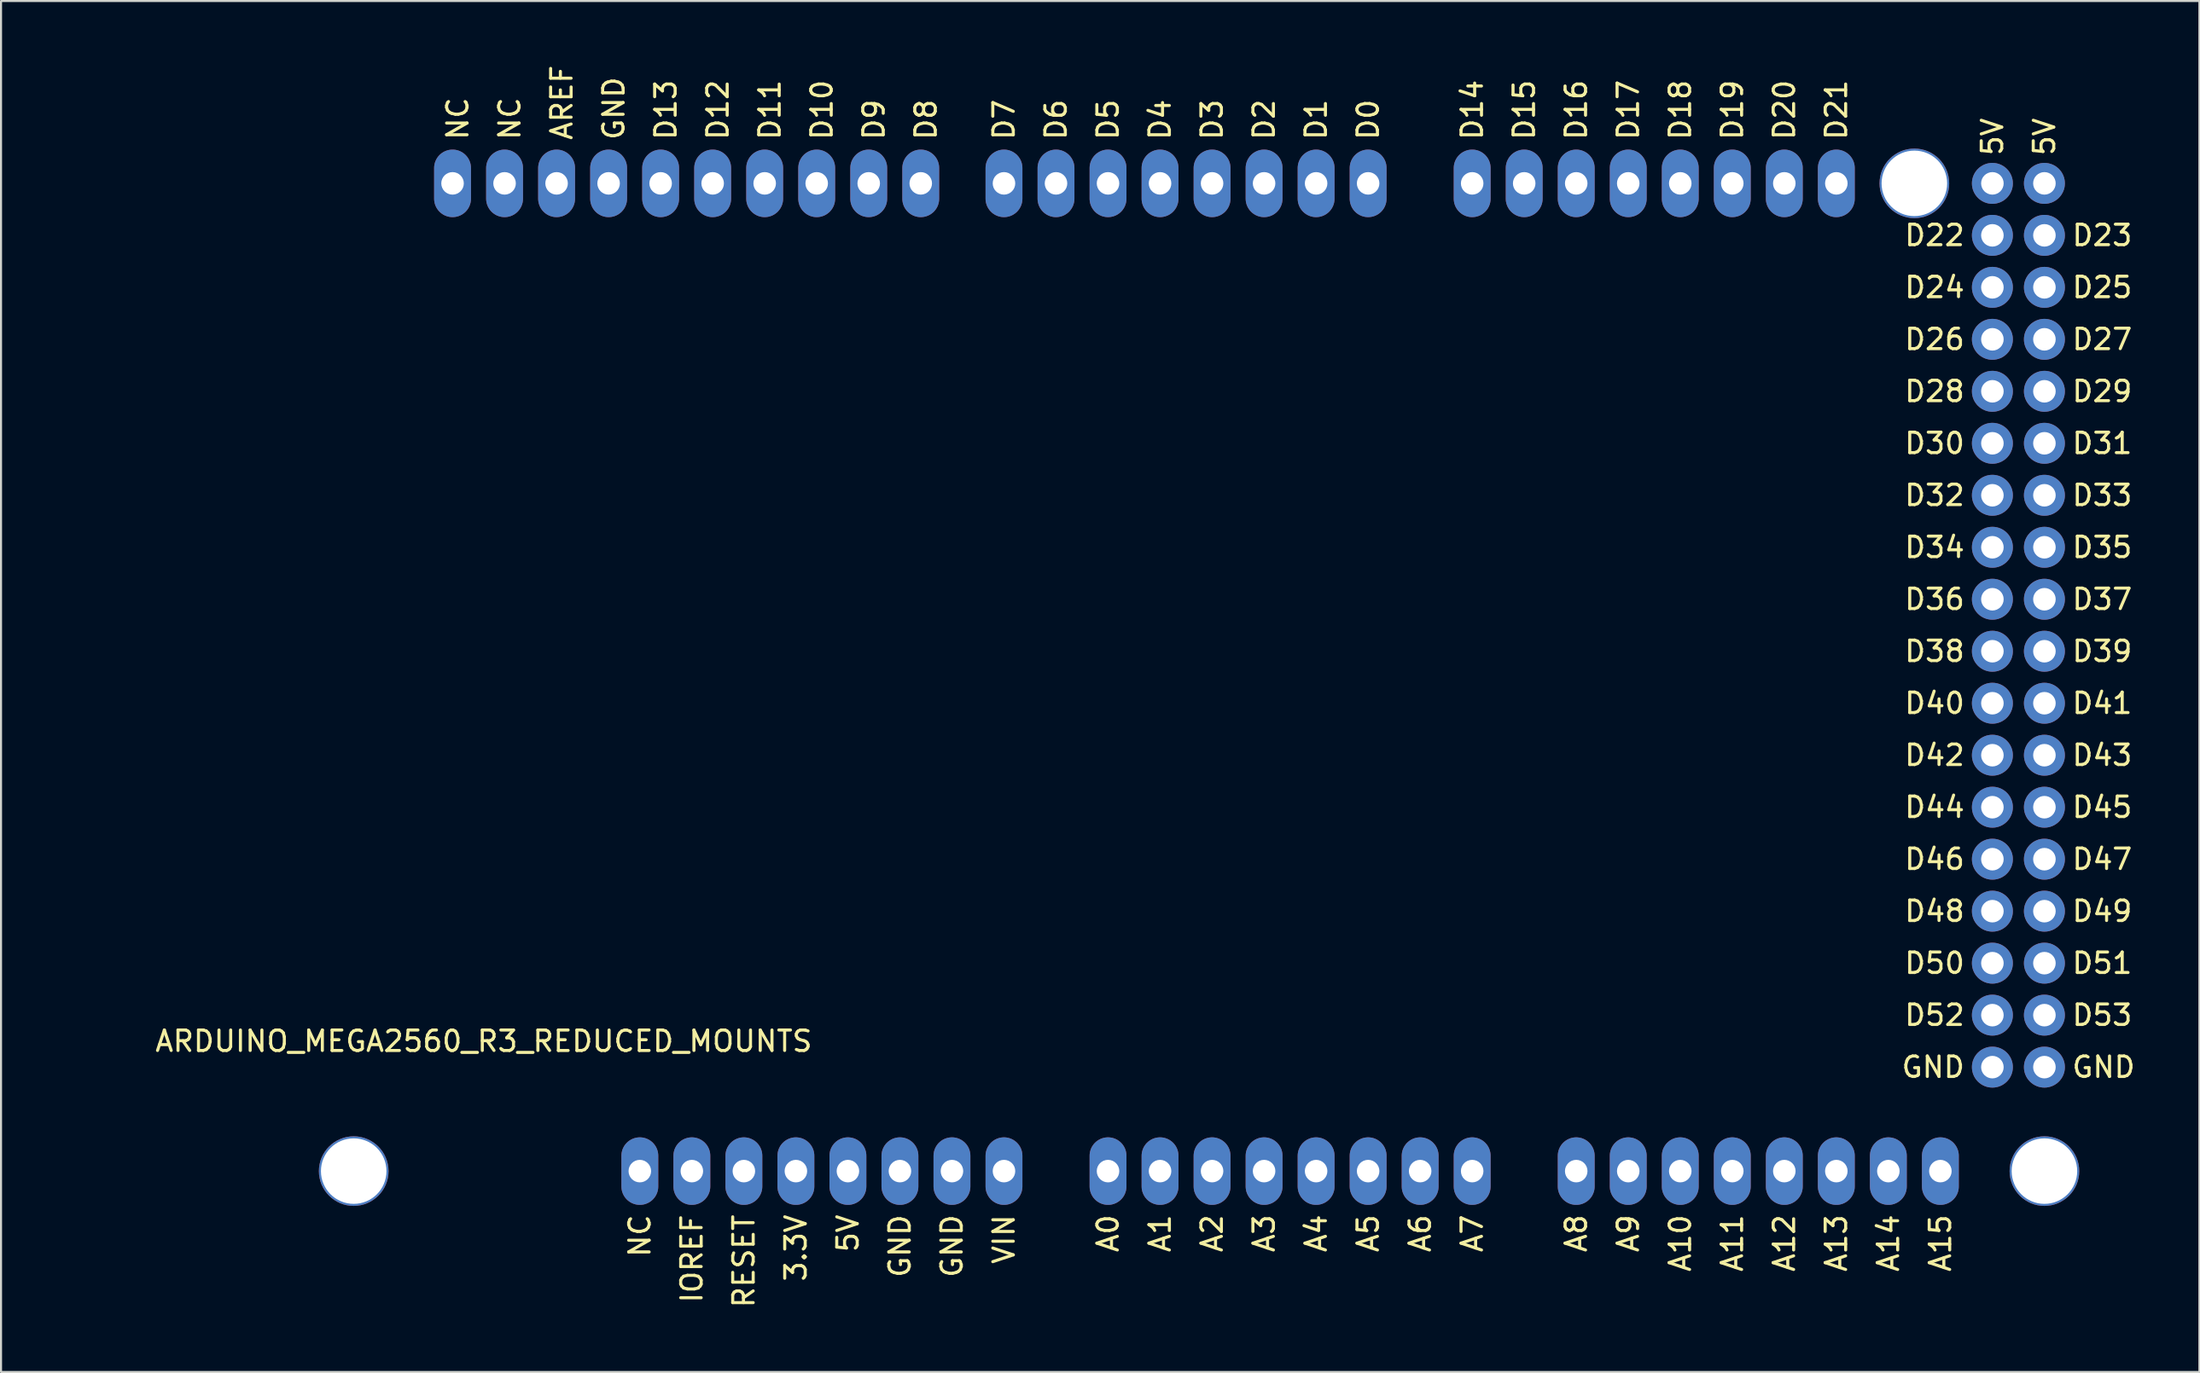
<source format=kicad_pcb>
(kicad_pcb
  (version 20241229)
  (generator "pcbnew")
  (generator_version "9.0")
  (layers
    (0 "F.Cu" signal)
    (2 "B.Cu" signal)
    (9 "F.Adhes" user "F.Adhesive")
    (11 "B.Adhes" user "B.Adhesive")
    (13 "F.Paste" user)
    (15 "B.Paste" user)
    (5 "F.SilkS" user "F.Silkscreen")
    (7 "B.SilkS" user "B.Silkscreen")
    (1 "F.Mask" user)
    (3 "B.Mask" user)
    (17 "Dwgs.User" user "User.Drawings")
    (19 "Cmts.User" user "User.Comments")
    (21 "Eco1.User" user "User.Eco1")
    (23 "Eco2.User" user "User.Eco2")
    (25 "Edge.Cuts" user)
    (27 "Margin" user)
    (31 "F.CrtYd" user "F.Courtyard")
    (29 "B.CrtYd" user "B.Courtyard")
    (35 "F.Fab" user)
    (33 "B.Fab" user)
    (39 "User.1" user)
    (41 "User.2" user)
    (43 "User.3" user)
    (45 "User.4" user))
  (footprint "ARDUINO_MEGA2560_R3_REDUCED_MOUNTS"
    (layer "F.Cu")
    (at 0.25 56.709)
    (property "Reference" "ARDUINO_MEGA2560_R3_REDUCED_MOUNTS" (at 20.32 -8.89 0) (layer "F.SilkS") (effects (font (size 1 1) (thickness 0.15))))
    (attr through_hole)
    (fp_text user "D28" (at 92.71 -40.64 0) (layer "F.SilkS") (effects (font (size 1 1) (thickness 0.15)) (justify right)))
    (fp_text user "D27" (at 97.79 -43.18 0) (layer "F.SilkS") (effects (font (size 1 1) (thickness 0.15)) (justify left)))
    (fp_text user "A14" (at 88.9 -0.5 90) (layer "F.SilkS") (effects (font (size 1 1) (thickness 0.15)) (justify right)))
    (fp_text user "D0" (at 63.5 -52.84 90) (layer "F.SilkS") (effects (font (size 1 1) (thickness 0.15)) (justify left)))
    (fp_text user "D23" (at 97.79 -48.26 0) (layer "F.SilkS") (effects (font (size 1 1) (thickness 0.15)) (justify left)))
    (fp_text user "D50" (at 92.71 -12.7 0) (layer "F.SilkS") (effects (font (size 1 1) (thickness 0.15)) (justify right)))
    (fp_text user "D20" (at 83.82 -52.84 90) (layer "F.SilkS") (effects (font (size 1 1) (thickness 0.15)) (justify left)))
    (fp_text user "D15" (at 71.12 -52.84 90) (layer "F.SilkS") (effects (font (size 1 1) (thickness 0.15)) (justify left)))
    (fp_text user "A12" (at 83.82 -0.5 90) (layer "F.SilkS") (effects (font (size 1 1) (thickness 0.15)) (justify right)))
    (fp_text user "D45" (at 97.79 -20.32 0) (layer "F.SilkS") (effects (font (size 1 1) (thickness 0.15)) (justify left)))
    (fp_text user "A15" (at 91.44 -0.5 90) (layer "F.SilkS") (effects (font (size 1 1) (thickness 0.15)) (justify right)))
    (fp_text user "A11" (at 81.28 -0.5 90) (layer "F.SilkS") (effects (font (size 1 1) (thickness 0.15)) (justify right)))
    (fp_text user "D38" (at 92.71 -27.94 0) (layer "F.SilkS") (effects (font (size 1 1) (thickness 0.15)) (justify right)))
    (fp_text user "D22" (at 92.71 -48.26 0) (layer "F.SilkS") (effects (font (size 1 1) (thickness 0.15)) (justify right)))
    (fp_text user "A8" (at 73.66 -0.5 90) (layer "F.SilkS") (effects (font (size 1 1) (thickness 0.15)) (justify right)))
    (fp_text user "D47" (at 97.79 -17.78 0) (layer "F.SilkS") (effects (font (size 1 1) (thickness 0.15)) (justify left)))
    (fp_text user "D53" (at 97.79 -10.16 0) (layer "F.SilkS") (effects (font (size 1 1) (thickness 0.15)) (justify left)))
    (fp_text user "NC" (at 27.94 -0.5 270) (layer "F.SilkS") (effects (font (size 1 1) (thickness 0.15)) (justify right)))
    (fp_text user "A10" (at 78.74 -0.5 90) (layer "F.SilkS") (effects (font (size 1 1) (thickness 0.15)) (justify right)))
    (fp_text user "VIN" (at 45.72 -0.5 90) (layer "F.SilkS") (effects (font (size 1 1) (thickness 0.15)) (justify right)))
    (fp_text user "D16" (at 73.66 -52.84 90) (layer "F.SilkS") (effects (font (size 1 1) (thickness 0.15)) (justify left)))
    (fp_text user "A2" (at 55.88 -0.5 90) (layer "F.SilkS") (effects (font (size 1 1) (thickness 0.15)) (justify right)))
    (fp_text user "A0" (at 50.8 -0.5 90) (layer "F.SilkS") (effects (font (size 1 1) (thickness 0.15)) (justify right)))
    (fp_text user "A5" (at 63.5 -0.5 90) (layer "F.SilkS") (effects (font (size 1 1) (thickness 0.15)) (justify right)))
    (fp_text user "D36" (at 92.71 -30.48 0) (layer "F.SilkS") (effects (font (size 1 1) (thickness 0.15)) (justify right)))
    (fp_text user "D10" (at 36.83 -52.84 90) (layer "F.SilkS") (effects (font (size 1 1) (thickness 0.15)) (justify left)))
    (fp_text user "A3" (at 58.42 -0.5 90) (layer "F.SilkS") (effects (font (size 1 1) (thickness 0.15)) (justify right)))
    (fp_text user "GND" (at 40.64 -0.5 90) (layer "F.SilkS") (effects (font (size 1 1) (thickness 0.15)) (justify right)))
    (fp_text user "A7" (at 68.58 -0.5 90) (layer "F.SilkS") (effects (font (size 1 1) (thickness 0.15)) (justify right)))
    (fp_text user "D6" (at 48.26 -52.84 90) (layer "F.SilkS") (effects (font (size 1 1) (thickness 0.15)) (justify left)))
    (fp_text user "GND" (at 92.71 -7.62 0) (layer "F.SilkS") (effects (font (size 1 1) (thickness 0.15)) (justify right)))
    (fp_text user "D31" (at 97.79 -38.1 0) (layer "F.SilkS") (effects (font (size 1 1) (thickness 0.15)) (justify left)))
    (fp_text user "D13" (at 29.21 -52.84 90) (layer "F.SilkS") (effects (font (size 1 1) (thickness 0.15)) (justify left)))
    (fp_text user "NC" (at 19.05 -52.84 90) (layer "F.SilkS") (effects (font (size 1 1) (thickness 0.15)) (justify left)))
    (fp_text user "D21" (at 86.36 -52.84 90) (layer "F.SilkS") (effects (font (size 1 1) (thickness 0.15)) (justify left)))
    (fp_text user "D44" (at 92.71 -20.32 0) (layer "F.SilkS") (effects (font (size 1 1) (thickness 0.15)) (justify right)))
    (fp_text user "D49" (at 97.79 -15.24 0) (layer "F.SilkS") (effects (font (size 1 1) (thickness 0.15)) (justify left)))
    (fp_text user "D32" (at 92.71 -35.56 0) (layer "F.SilkS") (effects (font (size 1 1) (thickness 0.15)) (justify right)))
    (fp_text user "D29" (at 97.79 -40.64 0) (layer "F.SilkS") (effects (font (size 1 1) (thickness 0.15)) (justify left)))
    (fp_text user "D48" (at 92.71 -15.24 0) (layer "F.SilkS") (effects (font (size 1 1) (thickness 0.15)) (justify right)))
    (fp_text user "D41" (at 97.79 -25.4 0) (layer "F.SilkS") (effects (font (size 1 1) (thickness 0.15)) (justify left)))
    (fp_text user "5V" (at 96.52 -52.07 90) (layer "F.SilkS") (effects (font (size 1 1) (thickness 0.15)) (justify left)))
    (fp_text user "D11" (at 34.29 -52.84 90) (layer "F.SilkS") (effects (font (size 1 1) (thickness 0.15)) (justify left)))
    (fp_text user "GND" (at 43.18 -0.5 90) (layer "F.SilkS") (effects (font (size 1 1) (thickness 0.15)) (justify right)))
    (fp_text user "D2" (at 58.42 -52.84 90) (layer "F.SilkS") (effects (font (size 1 1) (thickness 0.15)) (justify left)))
    (fp_text user "A4" (at 60.96 -0.5 90) (layer "F.SilkS") (effects (font (size 1 1) (thickness 0.15)) (justify right)))
    (fp_text user "D40" (at 92.71 -25.4 0) (layer "F.SilkS") (effects (font (size 1 1) (thickness 0.15)) (justify right)))
    (fp_text user "D30" (at 92.71 -38.1 0) (layer "F.SilkS") (effects (font (size 1 1) (thickness 0.15)) (justify right)))
    (fp_text user "D51" (at 97.79 -12.7 0) (layer "F.SilkS") (effects (font (size 1 1) (thickness 0.15)) (justify left)))
    (fp_text user "D7" (at 45.72 -52.84 90) (layer "F.SilkS") (effects (font (size 1 1) (thickness 0.15)) (justify left)))
    (fp_text user "D5" (at 50.8 -52.84 90) (layer "F.SilkS") (effects (font (size 1 1) (thickness 0.15)) (justify left)))
    (fp_text user "D14" (at 68.58 -52.84 90) (layer "F.SilkS") (effects (font (size 1 1) (thickness 0.15)) (justify left)))
    (fp_text user "D39" (at 97.79 -27.94 0) (layer "F.SilkS") (effects (font (size 1 1) (thickness 0.15)) (justify left)))
    (fp_text user "AREF" (at 24.13 -52.84 90) (layer "F.SilkS") (effects (font (size 1 1) (thickness 0.15)) (justify left)))
    (fp_text user "D25" (at 97.79 -45.72 0) (layer "F.SilkS") (effects (font (size 1 1) (thickness 0.15)) (justify left)))
    (fp_text user "D33" (at 97.79 -35.56 0) (layer "F.SilkS") (effects (font (size 1 1) (thickness 0.15)) (justify left)))
    (fp_text user "D12" (at 31.75 -52.84 90) (layer "F.SilkS") (effects (font (size 1 1) (thickness 0.15)) (justify left)))
    (fp_text user "D9" (at 39.37 -52.84 90) (layer "F.SilkS") (effects (font (size 1 1) (thickness 0.15)) (justify left)))
    (fp_text user "5V" (at 38.1 -0.5 90) (layer "F.SilkS") (effects (font (size 1 1) (thickness 0.15)) (justify right)))
    (fp_text user "D52" (at 92.71 -10.16 0) (layer "F.SilkS") (effects (font (size 1 1) (thickness 0.15)) (justify right)))
    (fp_text user "A6" (at 66.04 -0.5 90) (layer "F.SilkS") (effects (font (size 1 1) (thickness 0.15)) (justify right)))
    (fp_text user "D19" (at 81.28 -52.84 90) (layer "F.SilkS") (effects (font (size 1 1) (thickness 0.15)) (justify left)))
    (fp_text user "IOREF" (at 30.48 -0.5 90) (layer "F.SilkS") (effects (font (size 1 1) (thickness 0.15)) (justify right)))
    (fp_text user "A1" (at 53.34 -0.5 90) (layer "F.SilkS") (effects (font (size 1 1) (thickness 0.15)) (justify right)))
    (fp_text user "3.3V" (at 35.56 -0.5 90) (layer "F.SilkS") (effects (font (size 1 1) (thickness 0.15)) (justify right)))
    (fp_text user "D4" (at 53.34 -52.84 90) (layer "F.SilkS") (effects (font (size 1 1) (thickness 0.15)) (justify left)))
    (fp_text user "D1" (at 60.96 -52.84 90) (layer "F.SilkS") (effects (font (size 1 1) (thickness 0.15)) (justify left)))
    (fp_text user "NC" (at 21.59 -52.84 90) (layer "F.SilkS") (effects (font (size 1 1) (thickness 0.15)) (justify left)))
    (fp_text user "D18" (at 78.74 -52.84 90) (layer "F.SilkS") (effects (font (size 1 1) (thickness 0.15)) (justify left)))
    (fp_text user "GND" (at 26.67 -52.84 90) (layer "F.SilkS") (effects (font (size 1 1) (thickness 0.15)) (justify left)))
    (fp_text user "D26" (at 92.71 -43.18 0) (layer "F.SilkS") (effects (font (size 1 1) (thickness 0.15)) (justify right)))
    (fp_text user "A13" (at 86.36 -0.5 90) (layer "F.SilkS") (effects (font (size 1 1) (thickness 0.15)) (justify right)))
    (fp_text user "D42" (at 92.71 -22.86 0) (layer "F.SilkS") (effects (font (size 1 1) (thickness 0.15)) (justify right)))
    (fp_text user "5V" (at 93.98 -52.07 90) (layer "F.SilkS") (effects (font (size 1 1) (thickness 0.15)) (justify left)))
    (fp_text user "GND" (at 97.79 -7.62 0) (layer "F.SilkS") (effects (font (size 1 1) (thickness 0.15)) (justify left)))
    (fp_text user "D43" (at 97.79 -22.86 0) (layer "F.SilkS") (effects (font (size 1 1) (thickness 0.15)) (justify left)))
    (fp_text user "RESET" (at 33.02 -0.5 90) (layer "F.SilkS") (effects (font (size 1 1) (thickness 0.15)) (justify right)))
    (fp_text user "D46" (at 92.71 -17.78 0) (layer "F.SilkS") (effects (font (size 1 1) (thickness 0.15)) (justify right)))
    (fp_text user "D34" (at 92.71 -33.02 0) (layer "F.SilkS") (effects (font (size 1 1) (thickness 0.15)) (justify right)))
    (fp_text user "D17" (at 76.2 -52.84 90) (layer "F.SilkS") (effects (font (size 1 1) (thickness 0.15)) (justify left)))
    (fp_text user "D37" (at 97.79 -30.48 0) (layer "F.SilkS") (effects (font (size 1 1) (thickness 0.15)) (justify left)))
    (fp_text user "A9" (at 76.2 -0.5 90) (layer "F.SilkS") (effects (font (size 1 1) (thickness 0.15)) (justify right)))
    (fp_text user "D3" (at 55.88 -52.84 90) (layer "F.SilkS") (effects (font (size 1 1) (thickness 0.15)) (justify left)))
    (fp_text user "D35" (at 97.79 -33.02 0) (layer "F.SilkS") (effects (font (size 1 1) (thickness 0.15)) (justify left)))
    (fp_text user "D24" (at 92.71 -45.72 0) (layer "F.SilkS") (effects (font (size 1 1) (thickness 0.15)) (justify right)))
    (fp_text user "D8" (at 41.91 -52.84 90) (layer "F.SilkS") (effects (font (size 1 1) (thickness 0.15)) (justify left)))
    (pad "1" thru_hole oval (at 27.94 -2.54) (size 1.8 3.3) (drill 1.1) (layers "*.Cu" "*.Mask"))
    (pad "2" thru_hole oval (at 30.48 -2.54) (size 1.8 3.3) (drill 1.1) (layers "*.Cu" "*.Mask"))
    (pad "3" thru_hole oval (at 33.02 -2.54) (size 1.8 3.3) (drill 1.1) (layers "*.Cu" "*.Mask"))
    (pad "4" thru_hole oval (at 35.56 -2.54) (size 1.8 3.3) (drill 1.1) (layers "*.Cu" "*.Mask"))
    (pad "5" thru_hole oval (at 38.1 -2.54) (size 1.8 3.3) (drill 1.1) (layers "*.Cu" "*.Mask"))
    (pad "6" thru_hole oval (at 40.64 -2.54) (size 1.8 3.3) (drill 1.1) (layers "*.Cu" "*.Mask"))
    (pad "7" thru_hole oval (at 43.18 -2.54) (size 1.8 3.3) (drill 1.1) (layers "*.Cu" "*.Mask"))
    (pad "8" thru_hole oval (at 45.72 -2.54) (size 1.8 3.3) (drill 1.1) (layers "*.Cu" "*.Mask"))
    (pad "9" thru_hole oval (at 50.8 -2.54) (size 1.8 3.3) (drill 1.1) (layers "*.Cu" "*.Mask"))
    (pad "10" thru_hole oval (at 53.34 -2.54) (size 1.8 3.3) (drill 1.1) (layers "*.Cu" "*.Mask"))
    (pad "11" thru_hole oval (at 55.88 -2.54) (size 1.8 3.3) (drill 1.1) (layers "*.Cu" "*.Mask"))
    (pad "12" thru_hole oval (at 58.42 -2.54) (size 1.8 3.3) (drill 1.1) (layers "*.Cu" "*.Mask"))
    (pad "13" thru_hole oval (at 60.96 -2.54) (size 1.8 3.3) (drill 1.1) (layers "*.Cu" "*.Mask"))
    (pad "14" thru_hole oval (at 63.5 -2.54) (size 1.8 3.3) (drill 1.1) (layers "*.Cu" "*.Mask"))
    (pad "15" thru_hole oval (at 66.04 -2.54) (size 1.8 3.3) (drill 1.1) (layers "*.Cu" "*.Mask"))
    (pad "16" thru_hole oval (at 68.58 -2.54) (size 1.8 3.3) (drill 1.1) (layers "*.Cu" "*.Mask"))
    (pad "17" thru_hole oval (at 73.66 -2.54) (size 1.8 3.3) (drill 1.1) (layers "*.Cu" "*.Mask"))
    (pad "18" thru_hole oval (at 76.2 -2.54) (size 1.8 3.3) (drill 1.1) (layers "*.Cu" "*.Mask"))
    (pad "19" thru_hole oval (at 78.74 -2.54) (size 1.8 3.3) (drill 1.1) (layers "*.Cu" "*.Mask"))
    (pad "20" thru_hole oval (at 81.28 -2.54) (size 1.8 3.3) (drill 1.1) (layers "*.Cu" "*.Mask"))
    (pad "21" thru_hole oval (at 83.82 -2.54) (size 1.8 3.3) (drill 1.1) (layers "*.Cu" "*.Mask"))
    (pad "22" thru_hole oval (at 86.36 -2.54) (size 1.8 3.3) (drill 1.1) (layers "*.Cu" "*.Mask"))
    (pad "23" thru_hole oval (at 88.9 -2.54) (size 1.8 3.3) (drill 1.1) (layers "*.Cu" "*.Mask"))
    (pad "24" thru_hole oval (at 91.44 -2.54) (size 1.8 3.3) (drill 1.1) (layers "*.Cu" "*.Mask"))
    (pad "25" thru_hole oval (at 18.796 -50.8) (size 1.8 3.3) (drill 1.1) (layers "*.Cu" "*.Mask"))
    (pad "26" thru_hole oval (at 21.336 -50.8) (size 1.8 3.3) (drill 1.1) (layers "*.Cu" "*.Mask"))
    (pad "27" thru_hole oval (at 23.876 -50.8) (size 1.8 3.3) (drill 1.1) (layers "*.Cu" "*.Mask"))
    (pad "28" thru_hole oval (at 28.956 -50.8) (size 1.8 3.3) (drill 1.1) (layers "*.Cu" "*.Mask"))
    (pad "29" thru_hole oval (at 31.496 -50.8) (size 1.8 3.3) (drill 1.1) (layers "*.Cu" "*.Mask"))
    (pad "30" thru_hole oval (at 34.036 -50.8) (size 1.8 3.3) (drill 1.1) (layers "*.Cu" "*.Mask"))
    (pad "31" thru_hole oval (at 36.576 -50.8) (size 1.8 3.3) (drill 1.1) (layers "*.Cu" "*.Mask"))
    (pad "32" thru_hole oval (at 39.116 -50.8) (size 1.8 3.3) (drill 1.1) (layers "*.Cu" "*.Mask"))
    (pad "33" thru_hole oval (at 41.656 -50.8) (size 1.8 3.3) (drill 1.1) (layers "*.Cu" "*.Mask"))
    (pad "34" thru_hole oval (at 45.72 -50.8) (size 1.8 3.3) (drill 1.1) (layers "*.Cu" "*.Mask"))
    (pad "35" thru_hole oval (at 48.26 -50.8) (size 1.8 3.3) (drill 1.1) (layers "*.Cu" "*.Mask"))
    (pad "36" thru_hole oval (at 50.8 -50.8) (size 1.8 3.3) (drill 1.1) (layers "*.Cu" "*.Mask"))
    (pad "37" thru_hole oval (at 53.34 -50.8) (size 1.8 3.3) (drill 1.1) (layers "*.Cu" "*.Mask"))
    (pad "38" thru_hole oval (at 55.88 -50.8) (size 1.8 3.3) (drill 1.1) (layers "*.Cu" "*.Mask"))
    (pad "39" thru_hole oval (at 58.42 -50.8) (size 1.8 3.3) (drill 1.1) (layers "*.Cu" "*.Mask"))
    (pad "40" thru_hole oval (at 60.96 -50.8) (size 1.8 3.3) (drill 1.1) (layers "*.Cu" "*.Mask"))
    (pad "41" thru_hole oval (at 63.5 -50.8) (size 1.8 3.3) (drill 1.1) (layers "*.Cu" "*.Mask"))
    (pad "42" thru_hole oval (at 68.58 -50.8) (size 1.8 3.3) (drill 1.1) (layers "*.Cu" "*.Mask"))
    (pad "43" thru_hole oval (at 71.12 -50.8) (size 1.8 3.3) (drill 1.1) (layers "*.Cu" "*.Mask"))
    (pad "44" thru_hole oval (at 73.66 -50.8) (size 1.8 3.3) (drill 1.1) (layers "*.Cu" "*.Mask"))
    (pad "45" thru_hole oval (at 76.2 -50.8) (size 1.8 3.3) (drill 1.1) (layers "*.Cu" "*.Mask"))
    (pad "46" thru_hole oval (at 78.74 -50.8) (size 1.8 3.3) (drill 1.1) (layers "*.Cu" "*.Mask"))
    (pad "47" thru_hole oval (at 81.28 -50.8) (size 1.8 3.3) (drill 1.1) (layers "*.Cu" "*.Mask"))
    (pad "48" thru_hole oval (at 83.82 -50.8) (size 1.8 3.3) (drill 1.1) (layers "*.Cu" "*.Mask"))
    (pad "49" thru_hole oval (at 86.36 -50.8) (size 1.8 3.3) (drill 1.1) (layers "*.Cu" "*.Mask"))
    (pad "50" thru_hole oval (at 93.98 -50.8 90) (size 2 2) (drill 1.1) (layers "*.Cu" "*.Mask"))
    (pad "51" thru_hole oval (at 96.52 -50.8 90) (size 2 2) (drill 1.1) (layers "*.Cu" "*.Mask"))
    (pad "52" thru_hole oval (at 93.98 -48.26 90) (size 2 2) (drill 1.1) (layers "*.Cu" "*.Mask"))
    (pad "53" thru_hole oval (at 96.52 -48.26 90) (size 2 2) (drill 1.1) (layers "*.Cu" "*.Mask"))
    (pad "54" thru_hole oval (at 93.98 -45.72 90) (size 2 2) (drill 1.1) (layers "*.Cu" "*.Mask"))
    (pad "55" thru_hole oval (at 96.52 -45.72 90) (size 2 2) (drill 1.1) (layers "*.Cu" "*.Mask"))
    (pad "56" thru_hole oval (at 93.98 -43.18 90) (size 2 2) (drill 1.1) (layers "*.Cu" "*.Mask"))
    (pad "57" thru_hole oval (at 96.52 -43.18 90) (size 2 2) (drill 1.1) (layers "*.Cu" "*.Mask"))
    (pad "58" thru_hole oval (at 93.98 -40.64 90) (size 2 2) (drill 1.1) (layers "*.Cu" "*.Mask"))
    (pad "59" thru_hole oval (at 96.52 -40.64 90) (size 2 2) (drill 1.1) (layers "*.Cu" "*.Mask"))
    (pad "60" thru_hole oval (at 93.98 -38.1 90) (size 2 2) (drill 1.1) (layers "*.Cu" "*.Mask"))
    (pad "61" thru_hole oval (at 96.52 -38.1 90) (size 2 2) (drill 1.1) (layers "*.Cu" "*.Mask"))
    (pad "62" thru_hole oval (at 93.98 -35.56 90) (size 2 2) (drill 1.1) (layers "*.Cu" "*.Mask"))
    (pad "63" thru_hole oval (at 96.52 -35.56 90) (size 2 2) (drill 1.1) (layers "*.Cu" "*.Mask"))
    (pad "64" thru_hole oval (at 93.98 -33.02 90) (size 2 2) (drill 1.1) (layers "*.Cu" "*.Mask"))
    (pad "65" thru_hole oval (at 96.52 -33.02 90) (size 2 2) (drill 1.1) (layers "*.Cu" "*.Mask"))
    (pad "66" thru_hole oval (at 93.98 -30.48 90) (size 2 2) (drill 1.1) (layers "*.Cu" "*.Mask"))
    (pad "67" thru_hole oval (at 96.52 -30.48 90) (size 2 2) (drill 1.1) (layers "*.Cu" "*.Mask"))
    (pad "68" thru_hole oval (at 93.98 -27.94 90) (size 2 2) (drill 1.1) (layers "*.Cu" "*.Mask"))
    (pad "69" thru_hole oval (at 96.52 -27.94 90) (size 2 2) (drill 1.1) (layers "*.Cu" "*.Mask"))
    (pad "70" thru_hole oval (at 93.98 -25.4 90) (size 2 2) (drill 1.1) (layers "*.Cu" "*.Mask"))
    (pad "71" thru_hole oval (at 96.52 -25.4 90) (size 2 2) (drill 1.1) (layers "*.Cu" "*.Mask"))
    (pad "72" thru_hole oval (at 93.98 -22.86 90) (size 2 2) (drill 1.1) (layers "*.Cu" "*.Mask"))
    (pad "73" thru_hole oval (at 96.52 -22.86 90) (size 2 2) (drill 1.1) (layers "*.Cu" "*.Mask"))
    (pad "74" thru_hole oval (at 93.98 -20.32 90) (size 2 2) (drill 1.1) (layers "*.Cu" "*.Mask"))
    (pad "75" thru_hole oval (at 96.52 -20.32 90) (size 2 2) (drill 1.1) (layers "*.Cu" "*.Mask"))
    (pad "76" thru_hole oval (at 93.98 -17.78 90) (size 2 2) (drill 1.1) (layers "*.Cu" "*.Mask"))
    (pad "77" thru_hole oval (at 96.52 -17.78 90) (size 2 2) (drill 1.1) (layers "*.Cu" "*.Mask"))
    (pad "78" thru_hole oval (at 93.98 -15.24 90) (size 2 2) (drill 1.1) (layers "*.Cu" "*.Mask"))
    (pad "79" thru_hole oval (at 96.52 -15.24 90) (size 2 2) (drill 1.1) (layers "*.Cu" "*.Mask"))
    (pad "80" thru_hole oval (at 93.98 -12.7 90) (size 2 2) (drill 1.1) (layers "*.Cu" "*.Mask"))
    (pad "81" thru_hole oval (at 96.52 -12.7 90) (size 2 2) (drill 1.1) (layers "*.Cu" "*.Mask"))
    (pad "82" thru_hole oval (at 93.98 -10.16 90) (size 2 2) (drill 1.1) (layers "*.Cu" "*.Mask"))
    (pad "83" thru_hole oval (at 96.52 -10.16 90) (size 2 2) (drill 1.1) (layers "*.Cu" "*.Mask"))
    (pad "84" thru_hole oval (at 93.98 -7.62 90) (size 2 2) (drill 1.1) (layers "*.Cu" "*.Mask"))
    (pad "85" thru_hole oval (at 96.52 -7.62 90) (size 2 2) (drill 1.1) (layers "*.Cu" "*.Mask"))
    (pad "86" thru_hole oval (at 26.416 -50.8) (size 1.8 3.3) (drill 1.1) (layers "*.Cu" "*.Mask"))
    (pad "~" thru_hole circle (at 13.97 -2.54) (size 3.4 3.4) (drill 3.2) (layers "*.Cu" "*.Mask"))
    (pad "~" thru_hole circle (at 90.17 -50.8) (size 3.4 3.4) (drill 3.2) (layers "*.Cu" "*.Mask"))
    (pad "~" thru_hole circle (at 96.52 -2.54) (size 3.4 3.4) (drill 3.2) (layers "*.Cu" "*.Mask")))
  (gr_rect
    (start -3 -3)
    (end 104.338 63.983)
    (stroke (width 0.1) (type default))
    (fill no)
    (layer "Edge.Cuts")))
</source>
